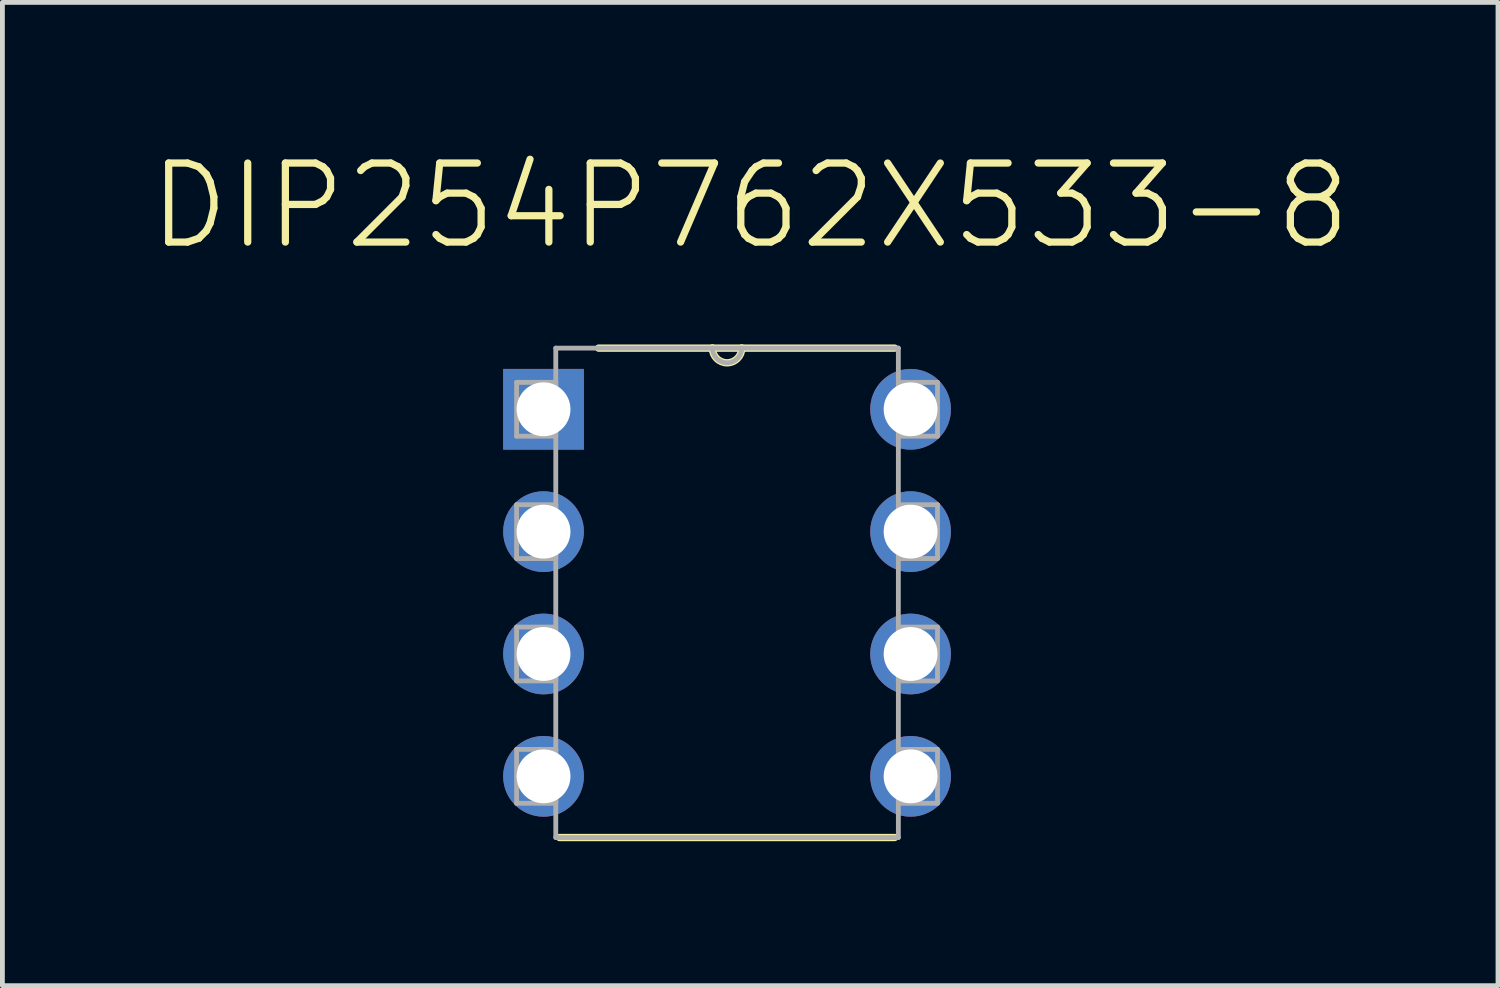
<source format=kicad_pcb>
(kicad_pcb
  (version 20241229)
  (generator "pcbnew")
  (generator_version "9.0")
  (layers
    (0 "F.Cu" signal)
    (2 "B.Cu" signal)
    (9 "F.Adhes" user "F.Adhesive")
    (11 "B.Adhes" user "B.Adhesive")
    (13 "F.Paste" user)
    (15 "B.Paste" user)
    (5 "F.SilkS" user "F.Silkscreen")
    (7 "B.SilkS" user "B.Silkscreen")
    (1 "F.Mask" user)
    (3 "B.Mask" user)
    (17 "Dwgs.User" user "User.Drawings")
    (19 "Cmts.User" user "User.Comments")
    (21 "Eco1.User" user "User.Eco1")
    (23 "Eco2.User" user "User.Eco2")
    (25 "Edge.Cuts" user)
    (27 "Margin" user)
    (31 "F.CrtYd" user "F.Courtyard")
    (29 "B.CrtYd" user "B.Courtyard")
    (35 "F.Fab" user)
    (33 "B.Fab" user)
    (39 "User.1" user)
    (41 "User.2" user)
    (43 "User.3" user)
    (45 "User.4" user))
  (footprint "DIP254P762X533-8"
    (layer "F.Cu")
    (at 15.854 13.067)
    (property "Reference" "DIP254P762X533-8" (at -3.329 -11.843 0) (layer "F.SilkS") (effects (font (size 1.641 1.641) (thickness 0.15))))
    (attr through_hole)
    (fp_line (start -7.29 1.27) (end -0.33 1.27) (stroke (width 0.152) (type solid)) (layer "F.SilkS"))
    (fp_line (start -4.115 -8.89) (end -6.477 -8.89) (stroke (width 0.152) (type solid)) (layer "F.SilkS"))
    (fp_line (start -3.505 -8.89) (end -4.115 -8.89) (stroke (width 0.152) (type solid)) (layer "F.SilkS"))
    (fp_line (start -0.33 -8.89) (end -3.505 -8.89) (stroke (width 0.152) (type solid)) (layer "F.SilkS"))
    (fp_arc (start -3.5052 -8.89) (mid -3.81 -8.5852) (end -4.1148 -8.89) (stroke (width 0.1524) (type solid)) (layer "F.SilkS"))
    (fp_line (start -8.179 -8.179) (end -8.179 -7.061) (stroke (width 0.1) (type solid)) (layer "F.Fab"))
    (fp_line (start -8.179 -7.061) (end -7.366 -7.061) (stroke (width 0.1) (type solid)) (layer "F.Fab"))
    (fp_line (start -8.179 -5.639) (end -8.179 -4.521) (stroke (width 0.1) (type solid)) (layer "F.Fab"))
    (fp_line (start -8.179 -4.521) (end -7.366 -4.521) (stroke (width 0.1) (type solid)) (layer "F.Fab"))
    (fp_line (start -8.179 -3.099) (end -8.179 -1.981) (stroke (width 0.1) (type solid)) (layer "F.Fab"))
    (fp_line (start -8.179 -1.981) (end -7.366 -1.981) (stroke (width 0.1) (type solid)) (layer "F.Fab"))
    (fp_line (start -8.179 -0.559) (end -8.179 0.559) (stroke (width 0.1) (type solid)) (layer "F.Fab"))
    (fp_line (start -8.179 0.559) (end -7.366 0.559) (stroke (width 0.1) (type solid)) (layer "F.Fab"))
    (fp_line (start -7.366 -8.89) (end -7.366 1.27) (stroke (width 0.1) (type solid)) (layer "F.Fab"))
    (fp_line (start -7.366 -8.179) (end -8.179 -8.179) (stroke (width 0.1) (type solid)) (layer "F.Fab"))
    (fp_line (start -7.366 -7.061) (end -7.366 -8.179) (stroke (width 0.1) (type solid)) (layer "F.Fab"))
    (fp_line (start -7.366 -5.639) (end -8.179 -5.639) (stroke (width 0.1) (type solid)) (layer "F.Fab"))
    (fp_line (start -7.366 -4.521) (end -7.366 -5.639) (stroke (width 0.1) (type solid)) (layer "F.Fab"))
    (fp_line (start -7.366 -3.099) (end -8.179 -3.099) (stroke (width 0.1) (type solid)) (layer "F.Fab"))
    (fp_line (start -7.366 -1.981) (end -7.366 -3.099) (stroke (width 0.1) (type solid)) (layer "F.Fab"))
    (fp_line (start -7.366 -0.559) (end -8.179 -0.559) (stroke (width 0.1) (type solid)) (layer "F.Fab"))
    (fp_line (start -7.366 0.559) (end -7.366 -0.559) (stroke (width 0.1) (type solid)) (layer "F.Fab"))
    (fp_line (start -7.366 1.27) (end -0.254 1.27) (stroke (width 0.1) (type solid)) (layer "F.Fab"))
    (fp_line (start -4.115 -8.89) (end -7.366 -8.89) (stroke (width 0.1) (type solid)) (layer "F.Fab"))
    (fp_line (start -3.505 -8.89) (end -4.115 -8.89) (stroke (width 0.1) (type solid)) (layer "F.Fab"))
    (fp_line (start -0.254 -8.89) (end -3.505 -8.89) (stroke (width 0.1) (type solid)) (layer "F.Fab"))
    (fp_line (start -0.254 -8.179) (end -0.254 -7.061) (stroke (width 0.1) (type solid)) (layer "F.Fab"))
    (fp_line (start -0.254 -7.061) (end 0.559 -7.061) (stroke (width 0.1) (type solid)) (layer "F.Fab"))
    (fp_line (start -0.254 -5.639) (end -0.254 -4.521) (stroke (width 0.1) (type solid)) (layer "F.Fab"))
    (fp_line (start -0.254 -4.521) (end 0.559 -4.521) (stroke (width 0.1) (type solid)) (layer "F.Fab"))
    (fp_line (start -0.254 -3.099) (end -0.254 -1.981) (stroke (width 0.1) (type solid)) (layer "F.Fab"))
    (fp_line (start -0.254 -1.981) (end 0.559 -1.981) (stroke (width 0.1) (type solid)) (layer "F.Fab"))
    (fp_line (start -0.254 -0.559) (end -0.254 0.559) (stroke (width 0.1) (type solid)) (layer "F.Fab"))
    (fp_line (start -0.254 0.559) (end 0.559 0.559) (stroke (width 0.1) (type solid)) (layer "F.Fab"))
    (fp_line (start -0.254 1.27) (end -0.254 -8.89) (stroke (width 0.1) (type solid)) (layer "F.Fab"))
    (fp_line (start 0.559 -8.179) (end -0.254 -8.179) (stroke (width 0.1) (type solid)) (layer "F.Fab"))
    (fp_line (start 0.559 -7.061) (end 0.559 -8.179) (stroke (width 0.1) (type solid)) (layer "F.Fab"))
    (fp_line (start 0.559 -5.639) (end -0.254 -5.639) (stroke (width 0.1) (type solid)) (layer "F.Fab"))
    (fp_line (start 0.559 -4.521) (end 0.559 -5.639) (stroke (width 0.1) (type solid)) (layer "F.Fab"))
    (fp_line (start 0.559 -3.099) (end -0.254 -3.099) (stroke (width 0.1) (type solid)) (layer "F.Fab"))
    (fp_line (start 0.559 -1.981) (end 0.559 -3.099) (stroke (width 0.1) (type solid)) (layer "F.Fab"))
    (fp_line (start 0.559 -0.559) (end -0.254 -0.559) (stroke (width 0.1) (type solid)) (layer "F.Fab"))
    (fp_line (start 0.559 0.559) (end 0.559 -0.559) (stroke (width 0.1) (type solid)) (layer "F.Fab"))
    (fp_arc (start -3.5052 -8.89) (mid -3.81 -8.5852) (end -4.1148 -8.89) (stroke (width 0.1) (type solid)) (layer "F.Fab"))
    (pad "1" thru_hole rect (at -7.62 -7.62) (size 1.676 1.676) (drill 1.118) (layers "*.Cu" "*.Mask"))
    (pad "2" thru_hole circle (at -7.62 -5.08) (size 1.676 1.676) (drill 1.118) (layers "*.Cu" "*.Mask"))
    (pad "3" thru_hole circle (at -7.62 -2.54) (size 1.676 1.676) (drill 1.118) (layers "*.Cu" "*.Mask"))
    (pad "4" thru_hole circle (at -7.62 0) (size 1.676 1.676) (drill 1.118) (layers "*.Cu" "*.Mask"))
    (pad "5" thru_hole circle (at 0 0) (size 1.676 1.676) (drill 1.118) (layers "*.Cu" "*.Mask"))
    (pad "6" thru_hole circle (at 0 -2.54) (size 1.676 1.676) (drill 1.118) (layers "*.Cu" "*.Mask"))
    (pad "7" thru_hole circle (at 0 -5.08) (size 1.676 1.676) (drill 1.118) (layers "*.Cu" "*.Mask"))
    (pad "8" thru_hole circle (at 0 -7.62) (size 1.676 1.676) (drill 1.118) (layers "*.Cu" "*.Mask")))
  (gr_rect
    (start -3 -3)
    (end 28.049 17.413)
    (stroke (width 0.1) (type default))
    (fill no)
    (layer "Edge.Cuts")))
</source>
